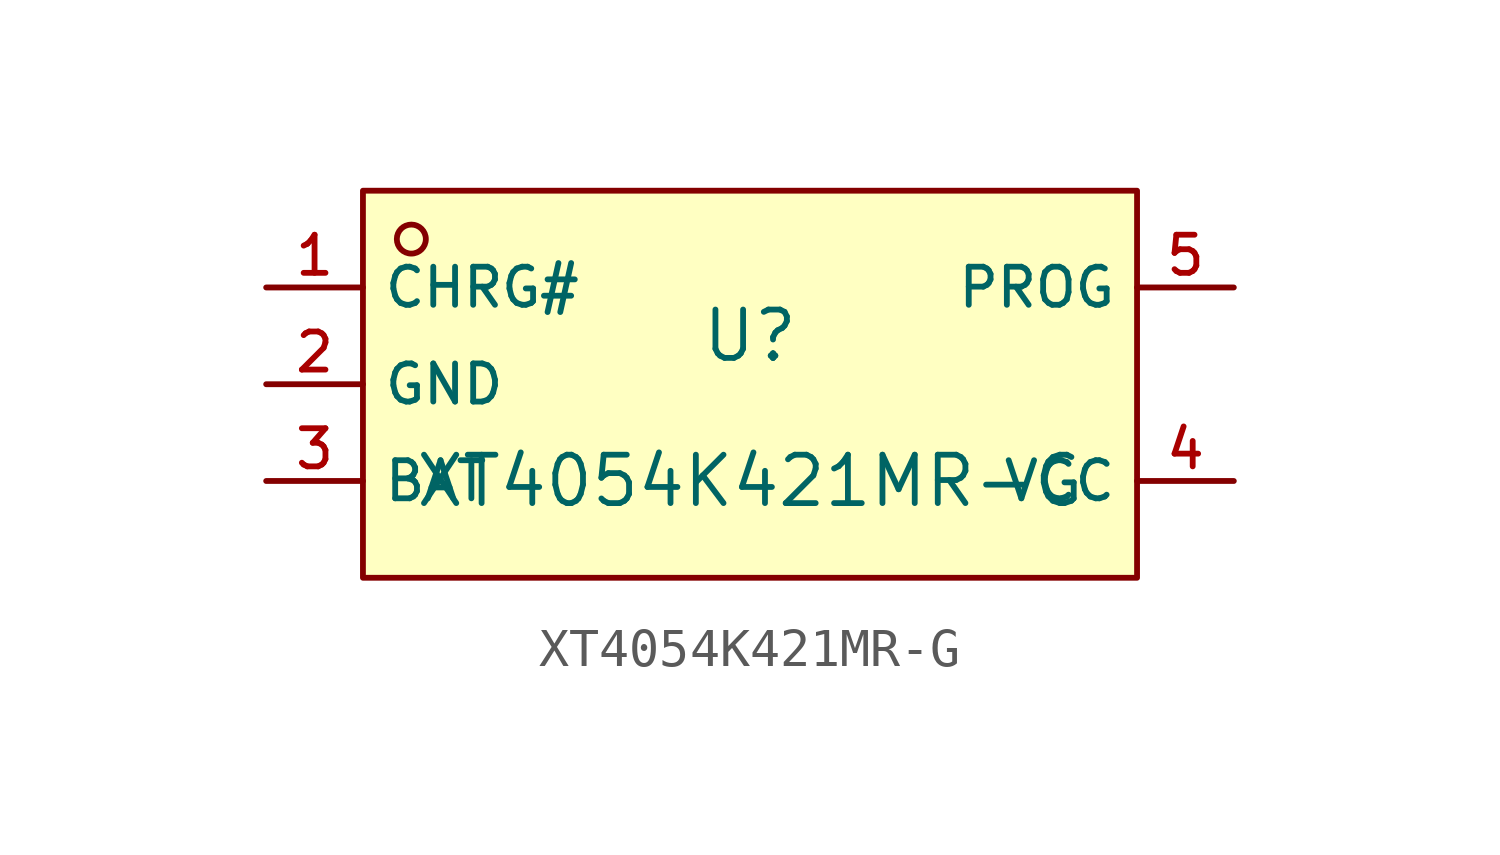
<source format=kicad_sym>
(kicad_symbol_lib
  (version 20210201)
  (generator TousstNicolas/JLC2KiCad_lib)
  (symbol "XT4054K421MR-G"
    (property "Reference" "U"
      (at 0 1.27 0)
      (effects (font (size 1.27 1.27))))
    (property "Value" "XT4054K421MR-G"
      (at 0 -2.54 0)
      (effects (font (size 1.27 1.27))))
    (symbol "XT4054K421MR-G_0_1"
      (rectangle (start -10.16 5.08) (end 10.16 -5.08) (stroke (width 0) (type default) (color 0 0 0 0)) (fill (type background)))
      (circle (center -8.89 3.81) (radius 0.381) (stroke (width 0) (type default) (color 0 0 0 0)) (fill (type background)))
      (pin unspecified line (at -12.7 2.54 0) (length 2.54) (name "CHRG#" (effects (font (size 1 1)))) (number "1" (effects (font (size 1 1)))))
      (pin unspecified line (at -12.7 -0.0 0) (length 2.54) (name "GND" (effects (font (size 1 1)))) (number "2" (effects (font (size 1 1)))))
      (pin unspecified line (at -12.7 -2.54 0) (length 2.54) (name "BAT" (effects (font (size 1 1)))) (number "3" (effects (font (size 1 1)))))
      (pin unspecified line (at 12.7 -2.54 180) (length 2.54) (name "VCC" (effects (font (size 1 1)))) (number "4" (effects (font (size 1 1)))))
      (pin unspecified line (at 12.7 2.54 180) (length 2.54) (name "PROG" (effects (font (size 1 1)))) (number "5" (effects (font (size 1 1))))))))
</source>
